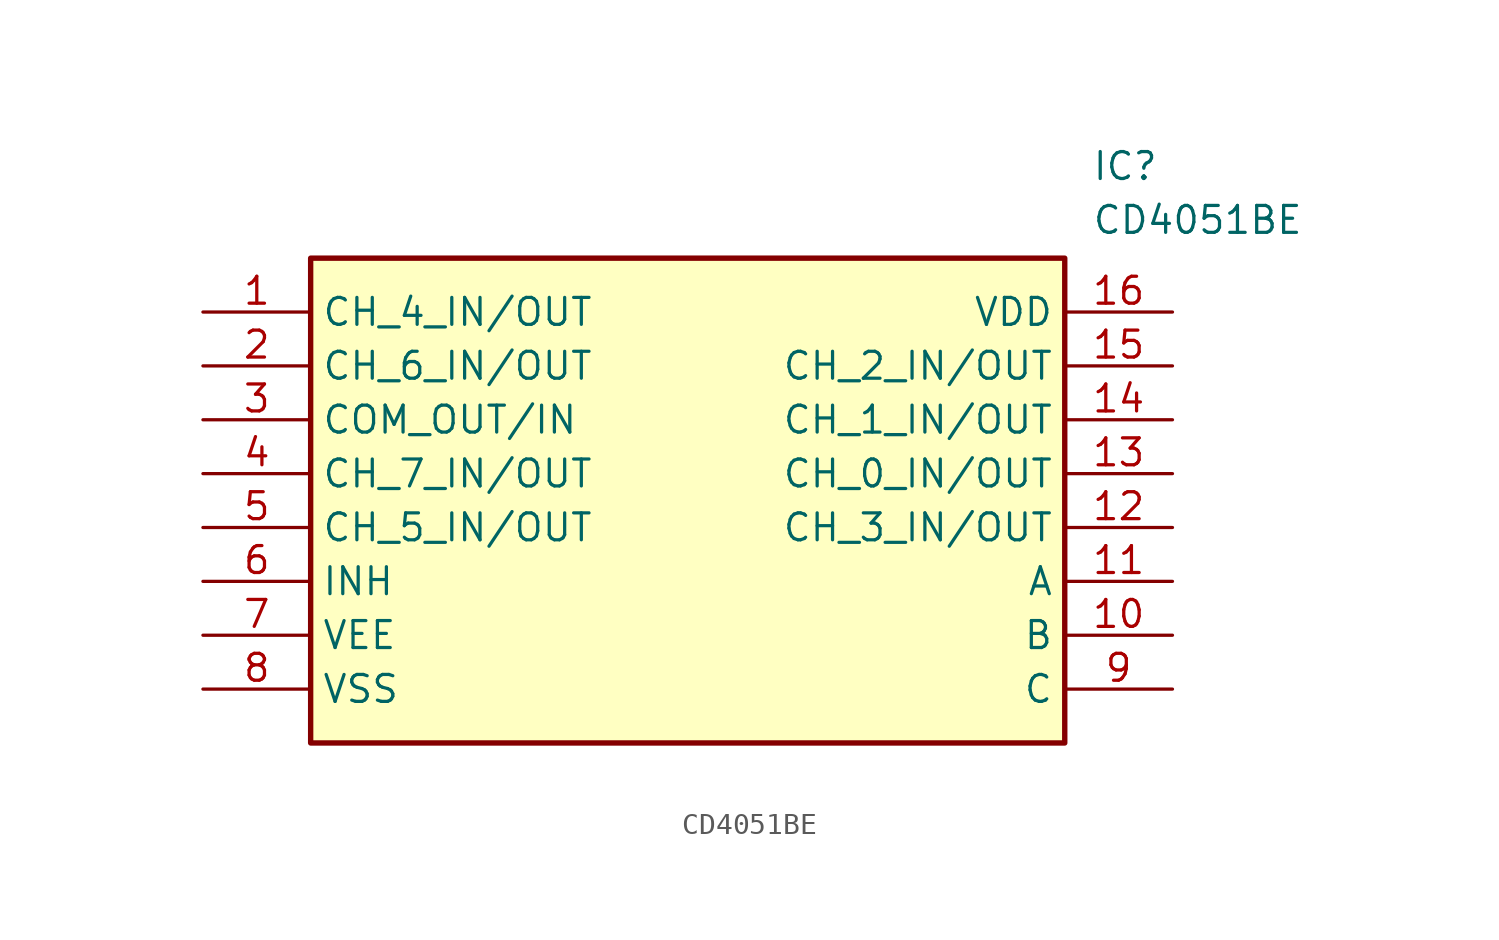
<source format=kicad_sym>
(kicad_symbol_lib
  (version 20211014)
  (generator SamacSys_ECAD_Model)
  (symbol "CD4051BE"
    (property "Reference" "IC"
      (at 41.91 7.62 0)
      (effects (font (size 1.27 1.27)) (justify left top)))
    (property "Value" "CD4051BE"
      (at 41.91 5.08 0)
      (effects (font (size 1.27 1.27)) (justify left top)))
    (rectangle
      (start 5.08 2.54)
      (end 40.64 -20.32)
      (stroke (width 0.254) (type default))
      (fill (type background)))
    (pin passive line
      (at 0 0 0)
      (length 5.08)
      (name "CH_4_IN/OUT" (effects (font (size 1.27 1.27))))
      (number "1" (effects (font (size 1.27 1.27)))))
    (pin passive line
      (at 0 -2.54 0)
      (length 5.08)
      (name "CH_6_IN/OUT" (effects (font (size 1.27 1.27))))
      (number "2" (effects (font (size 1.27 1.27)))))
    (pin passive line
      (at 0 -5.08 0)
      (length 5.08)
      (name "COM_OUT/IN" (effects (font (size 1.27 1.27))))
      (number "3" (effects (font (size 1.27 1.27)))))
    (pin passive line
      (at 0 -7.62 0)
      (length 5.08)
      (name "CH_7_IN/OUT" (effects (font (size 1.27 1.27))))
      (number "4" (effects (font (size 1.27 1.27)))))
    (pin passive line
      (at 0 -10.16 0)
      (length 5.08)
      (name "CH_5_IN/OUT" (effects (font (size 1.27 1.27))))
      (number "5" (effects (font (size 1.27 1.27)))))
    (pin passive line
      (at 0 -12.7 0)
      (length 5.08)
      (name "INH" (effects (font (size 1.27 1.27))))
      (number "6" (effects (font (size 1.27 1.27)))))
    (pin passive line
      (at 0 -15.24 0)
      (length 5.08)
      (name "VEE" (effects (font (size 1.27 1.27))))
      (number "7" (effects (font (size 1.27 1.27)))))
    (pin passive line
      (at 0 -17.78 0)
      (length 5.08)
      (name "VSS" (effects (font (size 1.27 1.27))))
      (number "8" (effects (font (size 1.27 1.27)))))
    (pin passive line
      (at 45.72 0 180)
      (length 5.08)
      (name "VDD" (effects (font (size 1.27 1.27))))
      (number "16" (effects (font (size 1.27 1.27)))))
    (pin passive line
      (at 45.72 -2.54 180)
      (length 5.08)
      (name "CH_2_IN/OUT" (effects (font (size 1.27 1.27))))
      (number "15" (effects (font (size 1.27 1.27)))))
    (pin passive line
      (at 45.72 -5.08 180)
      (length 5.08)
      (name "CH_1_IN/OUT" (effects (font (size 1.27 1.27))))
      (number "14" (effects (font (size 1.27 1.27)))))
    (pin passive line
      (at 45.72 -7.62 180)
      (length 5.08)
      (name "CH_0_IN/OUT" (effects (font (size 1.27 1.27))))
      (number "13" (effects (font (size 1.27 1.27)))))
    (pin passive line
      (at 45.72 -10.16 180)
      (length 5.08)
      (name "CH_3_IN/OUT" (effects (font (size 1.27 1.27))))
      (number "12" (effects (font (size 1.27 1.27)))))
    (pin passive line
      (at 45.72 -12.7 180)
      (length 5.08)
      (name "A" (effects (font (size 1.27 1.27))))
      (number "11" (effects (font (size 1.27 1.27)))))
    (pin passive line
      (at 45.72 -15.24 180)
      (length 5.08)
      (name "B" (effects (font (size 1.27 1.27))))
      (number "10" (effects (font (size 1.27 1.27)))))
    (pin passive line
      (at 45.72 -17.78 180)
      (length 5.08)
      (name "C" (effects (font (size 1.27 1.27))))
      (number "9" (effects (font (size 1.27 1.27)))))))
</source>
